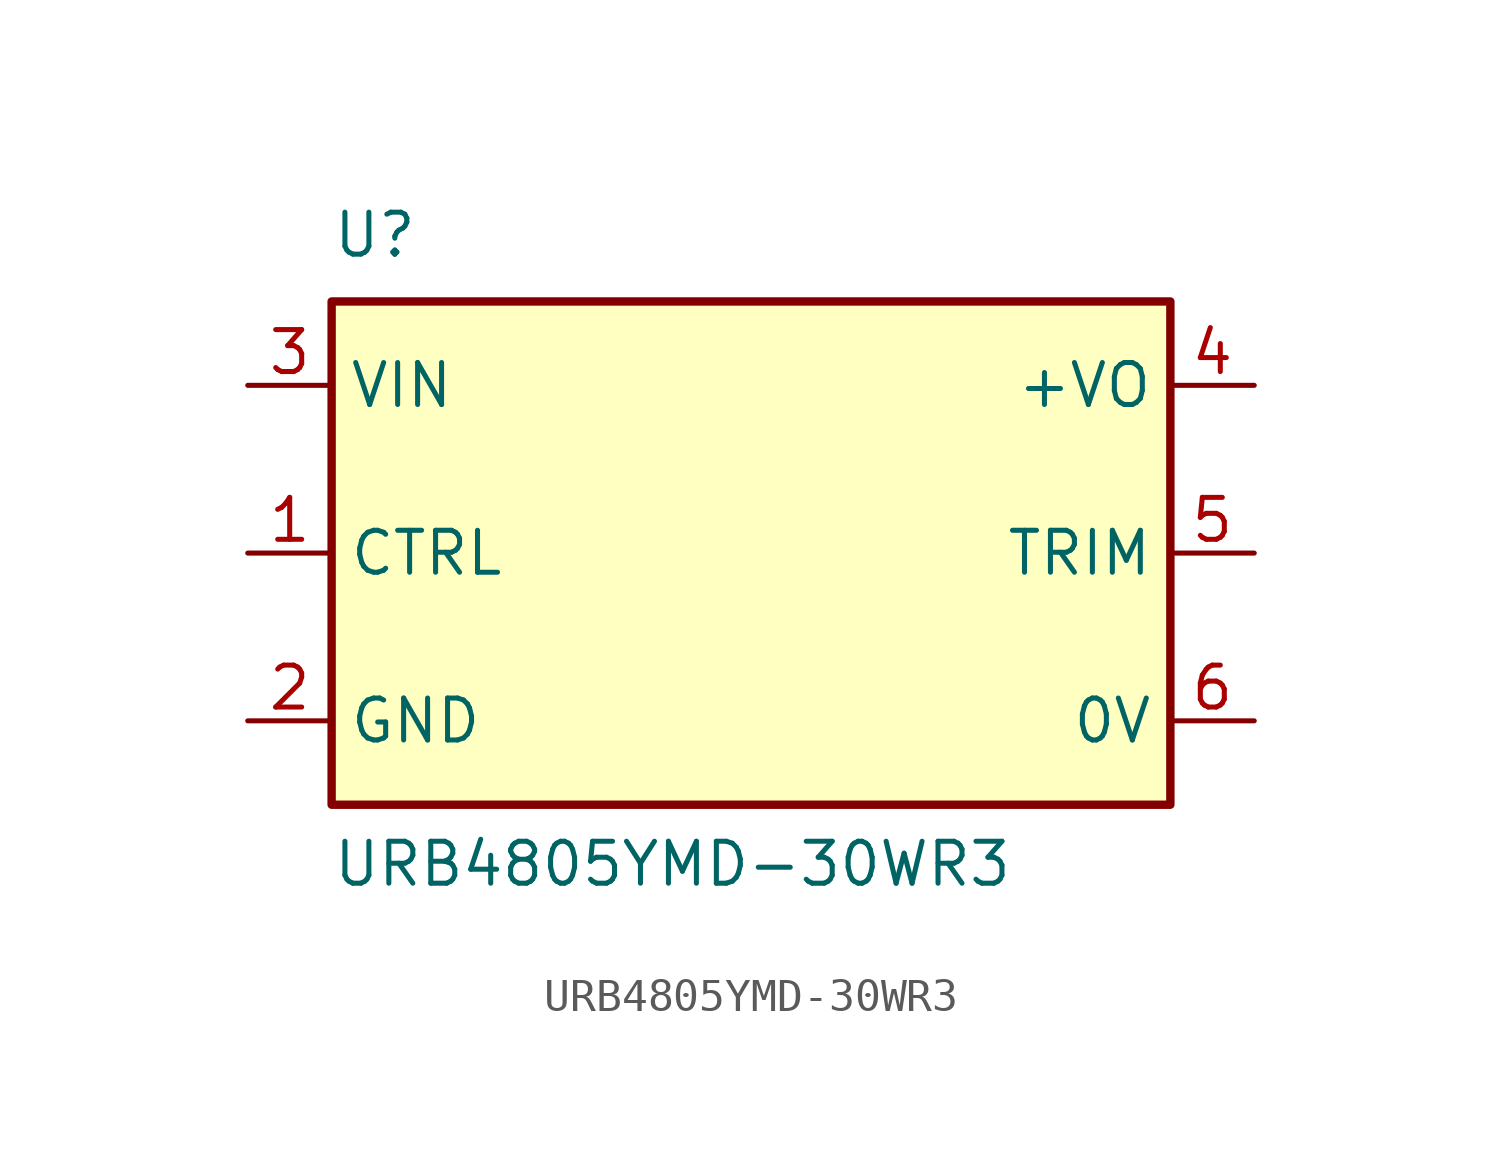
<source format=kicad_sym>
(kicad_symbol_lib
  (version 20211014)
  (generator kicad_symbol_editor)
  (symbol "URB4805YMD-30WR3"
    (property "Reference" "U"
      (at 2.54 3.81 0)
      (effects (font (size 1.27 1.27)) (justify left bottom)))
    (property "Value" "URB4805YMD-30WR3"
      (at 2.54 -15.24 0)
      (effects (font (size 1.27 1.27)) (justify left bottom)))
    (symbol "URB4805YMD-30WR3_0_0"
      (rectangle (start 2.54 -12.7) (end 27.94 2.54) (stroke (width 0.254) (type default) (color 0 0 0 0)) (fill (type background)))
      (pin input line (at 0 -5.08 0) (length 2.54) (name "CTRL" (effects (font (size 1.27 1.27)))) (number "1" (effects (font (size 1.27 1.27)))))
      (pin power_in line (at 0 -10.16 0) (length 2.54) (name "GND" (effects (font (size 1.27 1.27)))) (number "2" (effects (font (size 1.27 1.27)))))
      (pin power_in line (at 0 0 0) (length 2.54) (name "VIN" (effects (font (size 1.27 1.27)))) (number "3" (effects (font (size 1.27 1.27)))))
      (pin power_out line (at 30.48 0 180) (length 2.54) (name "+VO" (effects (font (size 1.27 1.27)))) (number "4" (effects (font (size 1.27 1.27)))))
      (pin passive line (at 30.48 -5.08 180) (length 2.54) (name "TRIM" (effects (font (size 1.27 1.27)))) (number "5" (effects (font (size 1.27 1.27)))))
      (pin power_out line (at 30.48 -10.16 180) (length 2.54) (name "0V" (effects (font (size 1.27 1.27)))) (number "6" (effects (font (size 1.27 1.27))))))))
</source>
